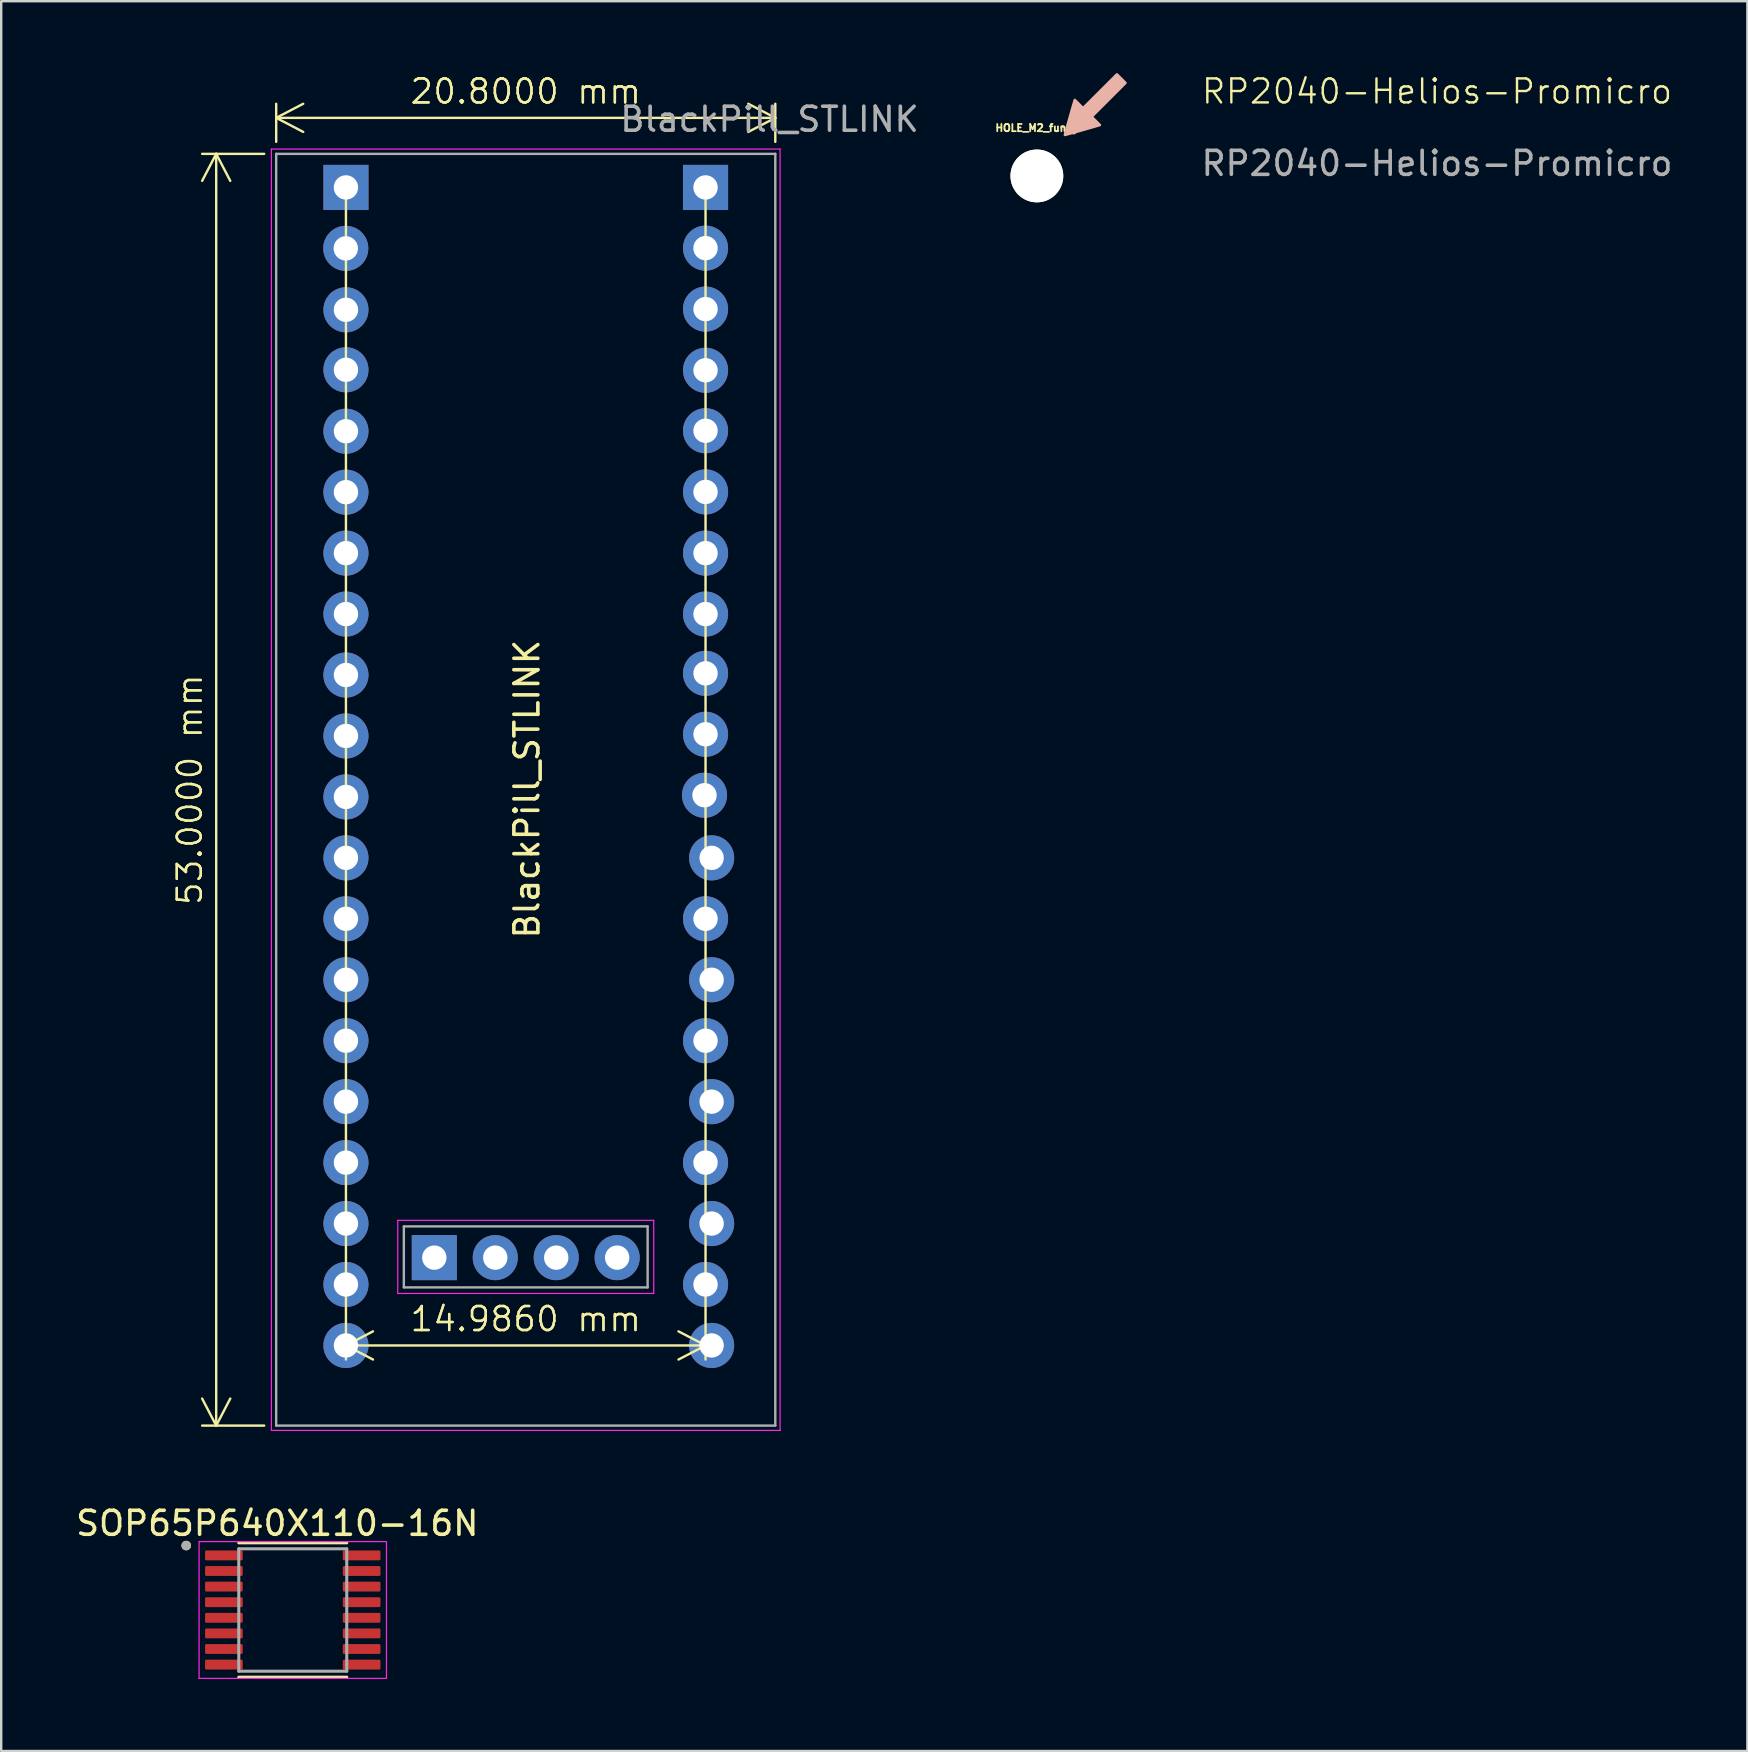
<source format=kicad_pcb>
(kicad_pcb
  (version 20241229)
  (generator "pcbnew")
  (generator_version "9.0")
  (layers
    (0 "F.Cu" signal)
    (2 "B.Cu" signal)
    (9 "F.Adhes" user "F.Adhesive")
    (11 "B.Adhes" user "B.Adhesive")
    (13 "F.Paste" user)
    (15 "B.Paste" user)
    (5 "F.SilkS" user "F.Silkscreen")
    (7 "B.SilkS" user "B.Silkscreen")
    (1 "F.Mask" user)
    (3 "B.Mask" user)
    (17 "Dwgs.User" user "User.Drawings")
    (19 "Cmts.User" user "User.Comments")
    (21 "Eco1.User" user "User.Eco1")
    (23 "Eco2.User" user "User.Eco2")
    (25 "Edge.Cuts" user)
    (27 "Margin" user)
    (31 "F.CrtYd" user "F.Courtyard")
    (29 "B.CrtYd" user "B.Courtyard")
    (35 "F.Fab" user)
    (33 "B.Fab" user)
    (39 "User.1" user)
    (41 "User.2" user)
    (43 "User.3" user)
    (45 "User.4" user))
  (footprint "BlackPill_STLINK"
    (layer "F.Cu")
    (at 8.46 3.361)
    (property "Reference" "BlackPill_STLINK" (at 10.45 26.475 90) (layer "F.SilkS") (effects (font (size 1 1) (thickness 0.15))))
    (attr through_hole)
    (fp_line (start -0.2 -0.2) (end -0.2 53.2) (stroke (width 0.05) (type solid)) (layer "F.CrtYd"))
    (fp_line (start -0.2 53.2) (end 21 53.2) (stroke (width 0.05) (type solid)) (layer "F.CrtYd"))
    (fp_line (start 5.066 44.446) (end 5.066 47.494) (stroke (width 0.05) (type solid)) (layer "F.CrtYd"))
    (fp_line (start 5.066 47.494) (end 15.734 47.494) (stroke (width 0.05) (type solid)) (layer "F.CrtYd"))
    (fp_line (start 15.734 44.446) (end 5.066 44.446) (stroke (width 0.05) (type solid)) (layer "F.CrtYd"))
    (fp_line (start 15.734 47.494) (end 15.734 44.446) (stroke (width 0.05) (type solid)) (layer "F.CrtYd"))
    (fp_line (start 21 -0.2) (end -0.2 -0.2) (stroke (width 0.05) (type solid)) (layer "F.CrtYd"))
    (fp_line (start 21 53.2) (end 21 -0.2) (stroke (width 0.05) (type solid)) (layer "F.CrtYd"))
    (fp_line (start 0 0) (end 0 53) (stroke (width 0.1) (type solid)) (layer "F.Fab"))
    (fp_line (start 0 53) (end 20.8 53) (stroke (width 0.1) (type solid)) (layer "F.Fab"))
    (fp_line (start 5.32 44.7) (end 15.48 44.7) (stroke (width 0.1) (type solid)) (layer "F.Fab"))
    (fp_line (start 5.32 47.24) (end 5.32 44.7) (stroke (width 0.1) (type solid)) (layer "F.Fab"))
    (fp_line (start 15.48 44.7) (end 15.48 47.24) (stroke (width 0.1) (type solid)) (layer "F.Fab"))
    (fp_line (start 15.48 47.24) (end 5.32 47.24) (stroke (width 0.1) (type solid)) (layer "F.Fab"))
    (fp_line (start 20.8 0) (end 0 0) (stroke (width 0.1) (type solid)) (layer "F.Fab"))
    (fp_line (start 20.8 53) (end 20.8 0) (stroke (width 0.1) (type solid)) (layer "F.Fab"))
    (fp_text user "${REFERENCE}" (at 20.56 -1.44 180) (layer "F.Fab") (effects (font (size 1 1) (thickness 0.15))))
    (dimension (type aligned) (layer "F.SilkS") (pts (xy 29.26 3.361) (xy 8.46 3.361)) (height 1.5) (format (prefix "") (suffix "") (units 3) (units_format 1) (precision 4)) (style (thickness 0.1) (arrow_length 1.27) (text_position_mode 0) (arrow_direction outward) (extension_height 0.586) (extension_offset 0.5) (keep_text_aligned yes)) (gr_text "20.8000 mm" (at 18.86 0.76 0) (layer "F.SilkS") (effects (font (size 1 1) (thickness 0.1)))))
    (dimension (type aligned) (layer "F.SilkS") (pts (xy 8.46 3.361) (xy 8.46 56.361)) (height 2.5) (format (prefix "") (suffix "") (units 3) (units_format 1) (precision 4)) (style (thickness 0.1) (arrow_length 1.27) (text_position_mode 0) (arrow_direction outward) (extension_height 0.586) (extension_offset 0.5) (keep_text_aligned yes)) (gr_text "53.0000 mm" (at 4.86 29.86 90) (layer "F.SilkS") (effects (font (size 1 1) (thickness 0.1)))))
    (dimension (type aligned) (layer "F.SilkS") (pts (xy 26.353 4.761) (xy 11.367 4.761)) (height -48.26) (format (prefix "") (suffix "") (units 3) (units_format 1) (precision 4)) (style (thickness 0.1) (arrow_length 1.27) (text_position_mode 0) (arrow_direction outward) (extension_height 0.586) (extension_offset 0.5) (keep_text_aligned yes)) (gr_text "14.9860 mm" (at 18.86 51.92 0) (layer "F.SilkS") (effects (font (size 1 1) (thickness 0.1)))))
    (pad "1" thru_hole rect (at 2.907 1.4 270) (size 1.88 1.88) (drill 1.016) (layers "*.Cu" "*.Mask"))
    (pad "2" thru_hole circle (at 2.9 3.94 270) (size 1.88 1.88) (drill 1.016) (layers "*.Cu" "*.Mask"))
    (pad "3" thru_hole circle (at 2.907 6.5 270) (size 1.88 1.88) (drill 1.016) (layers "*.Cu" "*.Mask"))
    (pad "4" thru_hole circle (at 2.907 9 270) (size 1.88 1.88) (drill 1.016) (layers "*.Cu" "*.Mask"))
    (pad "5" thru_hole circle (at 2.907 11.56 270) (size 1.88 1.88) (drill 1.016) (layers "*.Cu" "*.Mask"))
    (pad "6" thru_hole circle (at 2.907 14.1 270) (size 1.88 1.88) (drill 1.016) (layers "*.Cu" "*.Mask"))
    (pad "7" thru_hole circle (at 2.907 16.64 270) (size 1.88 1.88) (drill 1.016) (layers "*.Cu" "*.Mask"))
    (pad "8" thru_hole circle (at 2.907 19.18 270) (size 1.88 1.88) (drill 1.016) (layers "*.Cu" "*.Mask"))
    (pad "9" thru_hole circle (at 2.907 21.72 270) (size 1.88 1.88) (drill 1.016) (layers "*.Cu" "*.Mask"))
    (pad "10" thru_hole circle (at 2.907 24.26 270) (size 1.88 1.88) (drill 1.016) (layers "*.Cu" "*.Mask"))
    (pad "11" thru_hole circle (at 2.907 26.8 270) (size 1.88 1.88) (drill 1.016) (layers "*.Cu" "*.Mask"))
    (pad "12" thru_hole circle (at 2.907 29.34 270) (size 1.88 1.88) (drill 1.016) (layers "*.Cu" "*.Mask"))
    (pad "13" thru_hole circle (at 2.907 31.88 270) (size 1.88 1.88) (drill 1.016) (layers "*.Cu" "*.Mask"))
    (pad "14" thru_hole circle (at 2.907 34.42 270) (size 1.88 1.88) (drill 1.016) (layers "*.Cu" "*.Mask"))
    (pad "15" thru_hole circle (at 2.907 36.96 270) (size 1.88 1.88) (drill 1.016) (layers "*.Cu" "*.Mask"))
    (pad "16" thru_hole circle (at 2.907 39.5 270) (size 1.88 1.88) (drill 1.016) (layers "*.Cu" "*.Mask"))
    (pad "17" thru_hole circle (at 2.907 42.04 270) (size 1.88 1.88) (drill 1.016) (layers "*.Cu" "*.Mask"))
    (pad "18" thru_hole circle (at 2.907 44.58 270) (size 1.88 1.88) (drill 1.016) (layers "*.Cu" "*.Mask"))
    (pad "19" thru_hole circle (at 2.907 47.12 270) (size 1.88 1.88) (drill 1.016) (layers "*.Cu" "*.Mask"))
    (pad "20" thru_hole circle (at 2.907 49.66 270) (size 1.88 1.88) (drill 1.016) (layers "*.Cu" "*.Mask"))
    (pad "21" thru_hole circle (at 18.147 49.66 90) (size 1.88 1.88) (drill 1.016) (layers "*.Cu" "*.Mask"))
    (pad "22" thru_hole circle (at 17.893 47.12 90) (size 1.88 1.88) (drill 1.016) (layers "*.Cu" "*.Mask"))
    (pad "23" thru_hole circle (at 18.147 44.58 90) (size 1.88 1.88) (drill 1.016) (layers "*.Cu" "*.Mask"))
    (pad "24" thru_hole circle (at 17.893 42.04 90) (size 1.88 1.88) (drill 1.016) (layers "*.Cu" "*.Mask"))
    (pad "25" thru_hole circle (at 18.147 39.5 90) (size 1.88 1.88) (drill 1.016) (layers "*.Cu" "*.Mask"))
    (pad "26" thru_hole circle (at 17.893 36.96 90) (size 1.88 1.88) (drill 1.016) (layers "*.Cu" "*.Mask"))
    (pad "27" thru_hole circle (at 18.147 34.42 90) (size 1.88 1.88) (drill 1.016) (layers "*.Cu" "*.Mask"))
    (pad "28" thru_hole circle (at 17.893 31.88 90) (size 1.88 1.88) (drill 1.016) (layers "*.Cu" "*.Mask"))
    (pad "29" thru_hole circle (at 18.147 29.34 90) (size 1.88 1.88) (drill 1.016) (layers "*.Cu" "*.Mask"))
    (pad "30" thru_hole circle (at 17.85 26.73 90) (size 1.88 1.88) (drill 1.016) (layers "*.Cu" "*.Mask"))
    (pad "31" thru_hole circle (at 17.893 24.19 90) (size 1.88 1.88) (drill 1.016) (layers "*.Cu" "*.Mask"))
    (pad "32" thru_hole circle (at 17.893 21.65 90) (size 1.88 1.88) (drill 1.016) (layers "*.Cu" "*.Mask"))
    (pad "33" thru_hole circle (at 17.893 19.18 90) (size 1.88 1.88) (drill 1.016) (layers "*.Cu" "*.Mask"))
    (pad "34" thru_hole circle (at 17.893 16.64 90) (size 1.88 1.88) (drill 1.016) (layers "*.Cu" "*.Mask"))
    (pad "35" thru_hole circle (at 17.893 14.09 90) (size 1.88 1.88) (drill 1.016) (layers "*.Cu" "*.Mask"))
    (pad "36" thru_hole circle (at 17.893 11.54 90) (size 1.88 1.88) (drill 1.016) (layers "*.Cu" "*.Mask"))
    (pad "37" thru_hole circle (at 17.893 9.02 90) (size 1.88 1.88) (drill 1.016) (layers "*.Cu" "*.Mask"))
    (pad "38" thru_hole circle (at 17.893 6.47 90) (size 1.88 1.88) (drill 1.016) (layers "*.Cu" "*.Mask"))
    (pad "39" thru_hole circle (at 17.893 3.93 90) (size 1.88 1.88) (drill 1.016) (layers "*.Cu" "*.Mask"))
    (pad "40" thru_hole rect (at 17.893 1.4 90) (size 1.88 1.88) (drill 1.016) (layers "*.Cu" "*.Mask"))
    (pad "41" thru_hole rect (at 6.59 46 90) (size 1.88 1.88) (drill 1.016) (layers "*.Cu" "*.Mask"))
    (pad "42" thru_hole circle (at 9.13 46 90) (size 1.88 1.88) (drill 1.016) (layers "*.Cu" "*.Mask"))
    (pad "43" thru_hole circle (at 11.67 46 90) (size 1.88 1.88) (drill 1.016) (layers "*.Cu" "*.Mask"))
    (pad "44" thru_hole circle (at 14.21 46 90) (size 1.88 1.88) (drill 1.016) (layers "*.Cu" "*.Mask")))
  (footprint "RP2040-Helios-Promicro"
    (layer "F.Cu")
    (at 56.837 1.26)
    (property "Reference" "RP2040-Helios-Promicro" (at 0 -0.5 0) (unlocked yes) (layer "F.SilkS") (effects (font (size 1 1) (thickness 0.1))))
    (attr through_hole)
    (fp_text user "${REFERENCE}" (at 0 2.5 0) (unlocked yes) (layer "F.Fab") (effects (font (size 1 1) (thickness 0.15)))))
  (footprint "HOLE_M2_funny"
    (layer "F.Cu")
    (at 40.161 4.282)
    (property "Reference" "HOLE_M2_funny" (at 0 -2 0) (layer "F.SilkS") (effects (font (size 0.3 0.3) (thickness 0.075))))
    (attr through_hole exclude_from_pos_files exclude_from_bom)
    (fp_poly (pts (xy 1.143 -1.663) (xy 1.166 -1.655) (xy 1.177 -1.656) (xy 1.202 -1.662) (xy 1.238 -1.671) (xy 1.286 -1.684) (xy 1.343 -1.699) (xy 1.409 -1.717) (xy 1.482 -1.737) (xy 1.561 -1.759) (xy 1.645 -1.782) (xy 1.733 -1.807) (xy 1.823 -1.832) (xy 1.914 -1.858) (xy 2.005 -1.884) (xy 2.095 -1.91) (xy 2.183 -1.935) (xy 2.267 -1.959) (xy 2.346 -1.982) (xy 2.419 -2.004) (xy 2.485 -2.023) (xy 2.542 -2.04) (xy 2.59 -2.055) (xy 2.627 -2.066) (xy 2.651 -2.074) (xy 2.663 -2.079) (xy 2.663 -2.079) (xy 2.673 -2.097) (xy 2.677 -2.119) (xy 2.677 -2.12) (xy 2.677 -2.146) (xy 2.358 -2.466) (xy 3.742 -3.85) (xy 3.742 -3.903) (xy 3.363 -4.282) (xy 3.309 -4.282) (xy 1.925 -2.898) (xy 1.606 -3.218) (xy 1.579 -3.218) (xy 1.557 -3.214) (xy 1.539 -3.204) (xy 1.539 -3.203) (xy 1.535 -3.194) (xy 1.527 -3.172) (xy 1.516 -3.137) (xy 1.502 -3.09) (xy 1.485 -3.034) (xy 1.466 -2.97) (xy 1.445 -2.898) (xy 1.422 -2.819) (xy 1.398 -2.736) (xy 1.373 -2.649) (xy 1.347 -2.559) (xy 1.321 -2.468) (xy 1.295 -2.376) (xy 1.27 -2.286) (xy 1.245 -2.198) (xy 1.222 -2.113) (xy 1.2 -2.033) (xy 1.179 -1.96) (xy 1.161 -1.893) (xy 1.145 -1.834) (xy 1.133 -1.785) (xy 1.123 -1.747) (xy 1.117 -1.721) (xy 1.114 -1.708) (xy 1.114 -1.707) (xy 1.123 -1.682)) (stroke (width 0) (type solid)) (fill yes) (layer "B.SilkS"))
    (pad "" np_thru_hole circle (at 0 0) (size 2.2 2.2) (drill 2.2) (layers "*.Cu" "*.Mask" "F.SilkS")))
  (footprint "SOP65P640X110-16N"
    (layer "F.Cu")
    (at 9.151 64.046)
    (property "Reference" "SOP65P640X110-16N" (at -0.645 -3.612 0) (layer "F.SilkS") (effects (font (size 1 1) (thickness 0.15))))
    (attr smd)
    (fp_line (start -2.25 -2.8) (end 2.25 -2.8) (stroke (width 0.127) (type solid)) (layer "F.SilkS"))
    (fp_line (start -2.25 2.8) (end 2.25 2.8) (stroke (width 0.127) (type solid)) (layer "F.SilkS"))
    (fp_circle (center -4.44 -2.685) (end -4.34 -2.685) (stroke (width 0.2) (type solid)) (fill no) (layer "F.SilkS"))
    (fp_line (start -3.905 -2.85) (end -3.905 2.85) (stroke (width 0.05) (type solid)) (layer "F.CrtYd"))
    (fp_line (start -3.905 -2.85) (end 3.905 -2.85) (stroke (width 0.05) (type solid)) (layer "F.CrtYd"))
    (fp_line (start -3.905 2.85) (end 3.905 2.85) (stroke (width 0.05) (type solid)) (layer "F.CrtYd"))
    (fp_line (start 3.905 -2.85) (end 3.905 2.85) (stroke (width 0.05) (type solid)) (layer "F.CrtYd"))
    (fp_line (start -2.25 -2.55) (end -2.25 2.55) (stroke (width 0.127) (type solid)) (layer "F.Fab"))
    (fp_line (start -2.25 -2.55) (end 2.25 -2.55) (stroke (width 0.127) (type solid)) (layer "F.Fab"))
    (fp_line (start -2.25 2.55) (end 2.25 2.55) (stroke (width 0.127) (type solid)) (layer "F.Fab"))
    (fp_line (start 2.25 -2.55) (end 2.25 2.55) (stroke (width 0.127) (type solid)) (layer "F.Fab"))
    (fp_circle (center -4.44 -2.685) (end -4.34 -2.685) (stroke (width 0.2) (type solid)) (fill no) (layer "F.Fab"))
    (pad "1" smd roundrect (at -2.87 -2.275) (size 1.57 0.41) (layers "F.Cu" "F.Mask" "F.Paste") (roundrect_rratio 0.125))
    (pad "2" smd roundrect (at -2.87 -1.625) (size 1.57 0.41) (layers "F.Cu" "F.Mask" "F.Paste") (roundrect_rratio 0.125))
    (pad "3" smd roundrect (at -2.87 -0.975) (size 1.57 0.41) (layers "F.Cu" "F.Mask" "F.Paste") (roundrect_rratio 0.125))
    (pad "4" smd roundrect (at -2.87 -0.325) (size 1.57 0.41) (layers "F.Cu" "F.Mask" "F.Paste") (roundrect_rratio 0.125))
    (pad "5" smd roundrect (at -2.87 0.325) (size 1.57 0.41) (layers "F.Cu" "F.Mask" "F.Paste") (roundrect_rratio 0.125))
    (pad "6" smd roundrect (at -2.87 0.975) (size 1.57 0.41) (layers "F.Cu" "F.Mask" "F.Paste") (roundrect_rratio 0.125))
    (pad "7" smd roundrect (at -2.87 1.625) (size 1.57 0.41) (layers "F.Cu" "F.Mask" "F.Paste") (roundrect_rratio 0.125))
    (pad "8" smd roundrect (at -2.87 2.275) (size 1.57 0.41) (layers "F.Cu" "F.Mask" "F.Paste") (roundrect_rratio 0.125))
    (pad "9" smd roundrect (at 2.87 2.275) (size 1.57 0.41) (layers "F.Cu" "F.Mask" "F.Paste") (roundrect_rratio 0.125))
    (pad "10" smd roundrect (at 2.87 1.625) (size 1.57 0.41) (layers "F.Cu" "F.Mask" "F.Paste") (roundrect_rratio 0.125))
    (pad "11" smd roundrect (at 2.87 0.975) (size 1.57 0.41) (layers "F.Cu" "F.Mask" "F.Paste") (roundrect_rratio 0.125))
    (pad "12" smd roundrect (at 2.87 0.325) (size 1.57 0.41) (layers "F.Cu" "F.Mask" "F.Paste") (roundrect_rratio 0.125))
    (pad "13" smd roundrect (at 2.87 -0.325) (size 1.57 0.41) (layers "F.Cu" "F.Mask" "F.Paste") (roundrect_rratio 0.125))
    (pad "14" smd roundrect (at 2.87 -0.975) (size 1.57 0.41) (layers "F.Cu" "F.Mask" "F.Paste") (roundrect_rratio 0.125))
    (pad "15" smd roundrect (at 2.87 -1.625) (size 1.57 0.41) (layers "F.Cu" "F.Mask" "F.Paste") (roundrect_rratio 0.125))
    (pad "16" smd roundrect (at 2.87 -2.275) (size 1.57 0.41) (layers "F.Cu" "F.Mask" "F.Paste") (roundrect_rratio 0.125)))
  (gr_rect
    (start -3 -3)
    (end 69.772 69.921)
    (stroke (width 0.1) (type default))
    (fill no)
    (layer "Edge.Cuts")))
</source>
